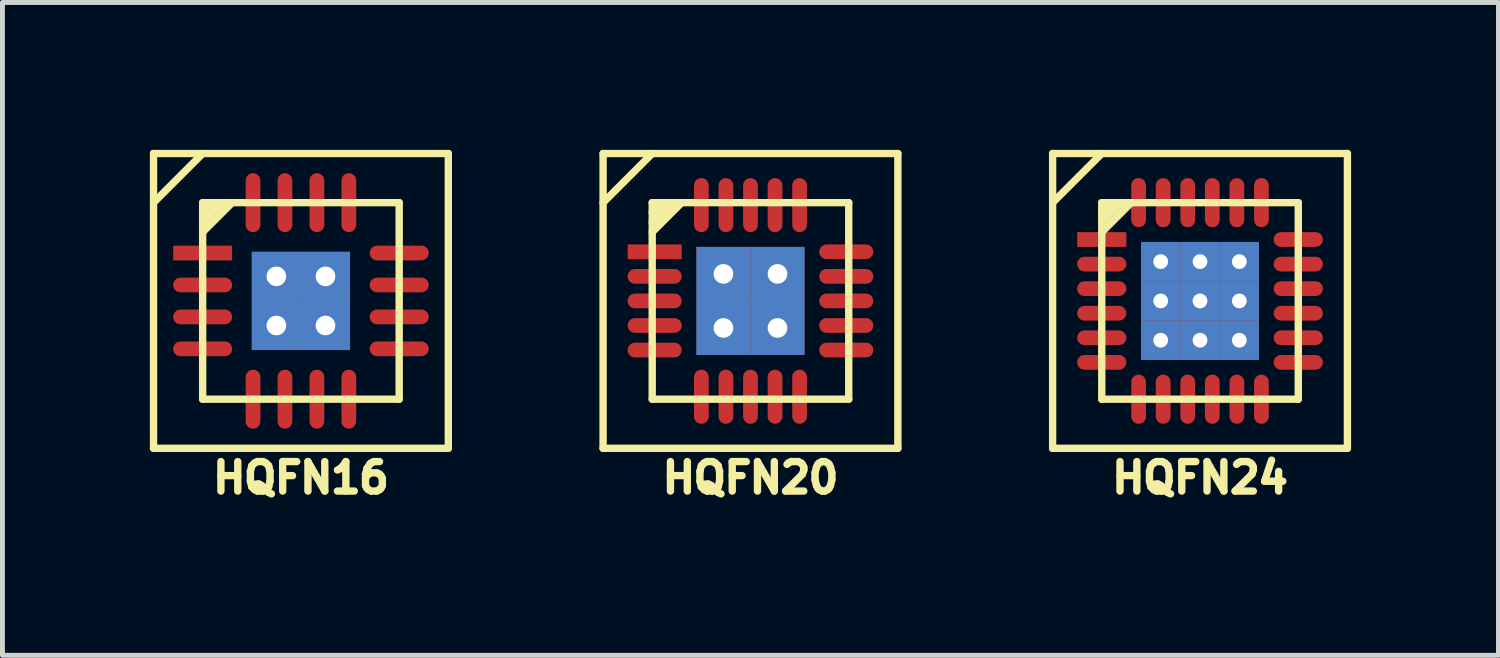
<source format=kicad_pcb>
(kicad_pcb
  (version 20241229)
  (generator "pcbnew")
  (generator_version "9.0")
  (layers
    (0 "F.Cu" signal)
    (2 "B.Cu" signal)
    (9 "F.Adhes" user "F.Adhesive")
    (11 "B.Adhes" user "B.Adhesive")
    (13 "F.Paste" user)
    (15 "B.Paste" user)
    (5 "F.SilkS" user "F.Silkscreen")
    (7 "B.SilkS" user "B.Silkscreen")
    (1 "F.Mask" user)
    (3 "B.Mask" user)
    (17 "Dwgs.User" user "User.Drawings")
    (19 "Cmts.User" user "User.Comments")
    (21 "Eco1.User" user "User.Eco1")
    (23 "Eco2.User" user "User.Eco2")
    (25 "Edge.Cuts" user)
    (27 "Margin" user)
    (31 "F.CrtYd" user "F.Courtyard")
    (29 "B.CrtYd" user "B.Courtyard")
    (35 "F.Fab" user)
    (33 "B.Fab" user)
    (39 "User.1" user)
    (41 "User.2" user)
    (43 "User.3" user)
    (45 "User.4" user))
  (footprint "HQFN24"
    (layer "F.Cu")
    (at 21.375 3.075)
    (property "Reference" "HQFN24" (at 0 3.6 0) (layer "F.SilkS") (effects (font (size 0.6 0.6) (thickness 0.15))))
    (attr through_hole)
    (fp_line (start -3 -3) (end 3 -3) (stroke (width 0.15) (type solid)) (layer "F.SilkS"))
    (fp_line (start -3 -2) (end -2 -3) (stroke (width 0.15) (type solid)) (layer "F.SilkS"))
    (fp_line (start -3 3) (end -3 -3) (stroke (width 0.15) (type solid)) (layer "F.SilkS"))
    (fp_line (start -2 -2) (end -2 2) (stroke (width 0.15) (type solid)) (layer "F.SilkS"))
    (fp_line (start -2 -1.6) (end -1.6 -2) (stroke (width 0.15) (type solid)) (layer "F.SilkS"))
    (fp_line (start -2 2) (end 2 2) (stroke (width 0.15) (type solid)) (layer "F.SilkS"))
    (fp_line (start -1.8 -2) (end -2 -1.8) (stroke (width 0.15) (type solid)) (layer "F.SilkS"))
    (fp_line (start -1.4 -2) (end -2 -1.4) (stroke (width 0.15) (type solid)) (layer "F.SilkS"))
    (fp_line (start 2 -2) (end -2 -2) (stroke (width 0.15) (type solid)) (layer "F.SilkS"))
    (fp_line (start 2 2) (end 2 -2) (stroke (width 0.15) (type solid)) (layer "F.SilkS"))
    (fp_line (start 3 -3) (end 3 3) (stroke (width 0.15) (type solid)) (layer "F.SilkS"))
    (fp_line (start 3 3) (end -3 3) (stroke (width 0.15) (type solid)) (layer "F.SilkS"))
    (pad "1" smd rect (at -2 -1.25) (size 1 0.3) (layers "F.Cu" "F.Mask" "F.Paste"))
    (pad "2" smd oval (at -2 -0.75) (size 1 0.3) (layers "F.Cu" "F.Mask" "F.Paste"))
    (pad "3" smd oval (at -2 -0.25) (size 1 0.3) (layers "F.Cu" "F.Mask" "F.Paste"))
    (pad "4" smd oval (at -2 0.25) (size 1 0.3) (layers "F.Cu" "F.Mask" "F.Paste"))
    (pad "5" smd oval (at -2 0.75) (size 1 0.3) (layers "F.Cu" "F.Mask" "F.Paste"))
    (pad "6" smd oval (at -2 1.25) (size 1 0.3) (layers "F.Cu" "F.Mask" "F.Paste"))
    (pad "7" smd oval (at -1.25 2 90) (size 1 0.3) (layers "F.Cu" "F.Mask" "F.Paste"))
    (pad "8" smd oval (at -0.75 2 90) (size 1 0.3) (layers "F.Cu" "F.Mask" "F.Paste"))
    (pad "9" smd oval (at -0.25 2 90) (size 1 0.3) (layers "F.Cu" "F.Mask" "F.Paste"))
    (pad "10" smd oval (at 0.25 2 90) (size 1 0.3) (layers "F.Cu" "F.Mask" "F.Paste"))
    (pad "11" smd oval (at 0.75 2 90) (size 1 0.3) (layers "F.Cu" "F.Mask" "F.Paste"))
    (pad "12" smd oval (at 1.25 2 90) (size 1 0.3) (layers "F.Cu" "F.Mask" "F.Paste"))
    (pad "13" smd oval (at 2 1.25) (size 1 0.3) (layers "F.Cu" "F.Mask" "F.Paste"))
    (pad "14" smd oval (at 2 0.75) (size 1 0.3) (layers "F.Cu" "F.Mask" "F.Paste"))
    (pad "15" smd oval (at 2 0.25) (size 1 0.3) (layers "F.Cu" "F.Mask" "F.Paste"))
    (pad "16" smd oval (at 2 -0.25) (size 1 0.3) (layers "F.Cu" "F.Mask" "F.Paste"))
    (pad "17" smd oval (at 2 -0.75) (size 1 0.3) (layers "F.Cu" "F.Mask" "F.Paste"))
    (pad "18" smd oval (at 2 -1.25) (size 1 0.3) (layers "F.Cu" "F.Mask" "F.Paste"))
    (pad "19" smd oval (at 1.25 -2 90) (size 1 0.3) (layers "F.Cu" "F.Mask" "F.Paste"))
    (pad "20" smd oval (at 0.75 -2 90) (size 1 0.3) (layers "F.Cu" "F.Mask" "F.Paste"))
    (pad "21" smd oval (at 0.25 -2 90) (size 1 0.3) (layers "F.Cu" "F.Mask" "F.Paste"))
    (pad "22" smd oval (at -0.25 -2 90) (size 1 0.3) (layers "F.Cu" "F.Mask" "F.Paste"))
    (pad "23" smd oval (at -0.75 -2 90) (size 1 0.3) (layers "F.Cu" "F.Mask" "F.Paste"))
    (pad "24" smd oval (at -1.25 -2 90) (size 1 0.3) (layers "F.Cu" "F.Mask" "F.Paste"))
    (pad "PAD" thru_hole rect (at -0.8 -0.8) (size 0.8 0.8) (drill 0.3) (layers "*.Cu" "*.Mask" "F.Paste"))
    (pad "PAD" thru_hole rect (at -0.8 0) (size 0.8 0.8) (drill 0.3) (layers "*.Cu" "*.Mask" "F.Paste"))
    (pad "PAD" thru_hole rect (at -0.8 0.8) (size 0.8 0.8) (drill 0.3) (layers "*.Cu" "*.Mask" "F.Paste"))
    (pad "PAD" thru_hole rect (at 0 -0.8) (size 0.8 0.8) (drill 0.3) (layers "*.Cu" "*.Mask" "F.Paste"))
    (pad "PAD" thru_hole rect (at 0 0) (size 0.8 0.8) (drill 0.3) (layers "*.Cu" "*.Mask" "F.Paste"))
    (pad "PAD" thru_hole rect (at 0 0.8) (size 0.8 0.8) (drill 0.3) (layers "*.Cu" "*.Mask" "F.Paste"))
    (pad "PAD" thru_hole rect (at 0.8 -0.8) (size 0.8 0.8) (drill 0.3) (layers "*.Cu" "*.Mask" "F.Paste"))
    (pad "PAD" thru_hole rect (at 0.8 0) (size 0.8 0.8) (drill 0.3) (layers "*.Cu" "*.Mask" "F.Paste"))
    (pad "PAD" thru_hole rect (at 0.8 0.8) (size 0.8 0.8) (drill 0.3) (layers "*.Cu" "*.Mask" "F.Paste")))
  (footprint "HQFN16"
    (layer "F.Cu")
    (at 3.075 3.075)
    (property "Reference" "HQFN16" (at 0 3.6 0) (layer "F.SilkS") (effects (font (size 0.6 0.6) (thickness 0.15))))
    (attr smd)
    (fp_line (start -3 -3) (end -3 -3) (stroke (width 0.15) (type solid)) (layer "F.SilkS"))
    (fp_line (start -3 -3) (end 3 -3) (stroke (width 0.15) (type solid)) (layer "F.SilkS"))
    (fp_line (start -3 3) (end -3 -3) (stroke (width 0.15) (type solid)) (layer "F.SilkS"))
    (fp_line (start -2 -3) (end -3 -2) (stroke (width 0.15) (type solid)) (layer "F.SilkS"))
    (fp_line (start -2 -2) (end 2 -2) (stroke (width 0.15) (type solid)) (layer "F.SilkS"))
    (fp_line (start -2 -1.8) (end -1.8 -2) (stroke (width 0.15) (type solid)) (layer "F.SilkS"))
    (fp_line (start -2 -1.6) (end -1.6 -2) (stroke (width 0.15) (type solid)) (layer "F.SilkS"))
    (fp_line (start -2 2) (end -2 -2) (stroke (width 0.15) (type solid)) (layer "F.SilkS"))
    (fp_line (start -1.4 -2) (end -2 -1.4) (stroke (width 0.15) (type solid)) (layer "F.SilkS"))
    (fp_line (start 2 -2) (end 2 2) (stroke (width 0.15) (type solid)) (layer "F.SilkS"))
    (fp_line (start 2 2) (end -2 2) (stroke (width 0.15) (type solid)) (layer "F.SilkS"))
    (fp_line (start 3 -3) (end 3 3) (stroke (width 0.15) (type solid)) (layer "F.SilkS"))
    (fp_line (start 3 3) (end -3 3) (stroke (width 0.15) (type solid)) (layer "F.SilkS"))
    (pad "1" smd rect (at -2 -0.975) (size 1.2 0.3) (layers "F.Cu" "F.Mask" "F.Paste"))
    (pad "2" smd oval (at -2 -0.325) (size 1.2 0.3) (layers "F.Cu" "F.Mask" "F.Paste"))
    (pad "3" smd oval (at -2 0.325) (size 1.2 0.3) (layers "F.Cu" "F.Mask" "F.Paste"))
    (pad "4" smd oval (at -2 0.975) (size 1.2 0.3) (layers "F.Cu" "F.Mask" "F.Paste"))
    (pad "5" smd oval (at -0.975 2 270) (size 1.2 0.3) (layers "F.Cu" "F.Mask" "F.Paste"))
    (pad "6" smd oval (at -0.325 2 270) (size 1.2 0.3) (layers "F.Cu" "F.Mask" "F.Paste"))
    (pad "7" smd oval (at 0.325 2 270) (size 1.2 0.3) (layers "F.Cu" "F.Mask" "F.Paste"))
    (pad "8" smd oval (at 0.975 2 270) (size 1.2 0.3) (layers "F.Cu" "F.Mask" "F.Paste"))
    (pad "9" smd oval (at 2 0.975) (size 1.2 0.3) (layers "F.Cu" "F.Mask" "F.Paste"))
    (pad "10" smd oval (at 2 0.325) (size 1.2 0.3) (layers "F.Cu" "F.Mask" "F.Paste"))
    (pad "11" smd oval (at 2 -0.325) (size 1.2 0.3) (layers "F.Cu" "F.Mask" "F.Paste"))
    (pad "12" smd oval (at 2 -0.975) (size 1.2 0.3) (layers "F.Cu" "F.Mask" "F.Paste"))
    (pad "13" smd oval (at 0.975 -2 270) (size 1.2 0.3) (layers "F.Cu" "F.Mask" "F.Paste"))
    (pad "14" smd oval (at 0.325 -2 270) (size 1.2 0.3) (layers "F.Cu" "F.Mask" "F.Paste"))
    (pad "15" smd oval (at -0.325 -2 270) (size 1.2 0.3) (layers "F.Cu" "F.Mask" "F.Paste"))
    (pad "16" smd oval (at -0.975 -2 270) (size 1.2 0.3) (layers "F.Cu" "F.Mask" "F.Paste"))
    (pad "PAD" thru_hole rect (at -0.5 -0.5) (size 1 1) (drill 0.4) (layers "*.Cu" "*.Mask" "F.Paste"))
    (pad "PAD" thru_hole rect (at -0.5 0.5) (size 1 1) (drill 0.4) (layers "*.Cu" "*.Mask" "F.Paste"))
    (pad "PAD" thru_hole rect (at 0.5 -0.5) (size 1 1) (drill 0.4) (layers "*.Cu" "*.Mask" "F.Paste"))
    (pad "PAD" thru_hole rect (at 0.5 0.5) (size 1 1) (drill 0.4) (layers "*.Cu" "*.Mask" "F.Paste")))
  (footprint "HQFN20"
    (layer "F.Cu")
    (at 12.225 3.075)
    (property "Reference" "HQFN20" (at 0 3.6 0) (layer "F.SilkS") (effects (font (size 0.6 0.6) (thickness 0.15))))
    (attr smd)
    (fp_line (start -3 -3) (end -3 3) (stroke (width 0.15) (type solid)) (layer "F.SilkS"))
    (fp_line (start -3 -2) (end -2 -3) (stroke (width 0.15) (type solid)) (layer "F.SilkS"))
    (fp_line (start -3 3) (end 3 3) (stroke (width 0.15) (type solid)) (layer "F.SilkS"))
    (fp_line (start -2 -2) (end -2 2) (stroke (width 0.15) (type solid)) (layer "F.SilkS"))
    (fp_line (start -2 2) (end 2 2) (stroke (width 0.15) (type solid)) (layer "F.SilkS"))
    (fp_line (start -1.8 -2) (end -2 -1.8) (stroke (width 0.15) (type solid)) (layer "F.SilkS"))
    (fp_line (start -1.6 -2) (end -2 -1.6) (stroke (width 0.15) (type solid)) (layer "F.SilkS"))
    (fp_line (start -1.4 -2) (end -2 -1.4) (stroke (width 0.15) (type solid)) (layer "F.SilkS"))
    (fp_line (start 2 -2) (end -2 -2) (stroke (width 0.15) (type solid)) (layer "F.SilkS"))
    (fp_line (start 2 2) (end 2 -2) (stroke (width 0.15) (type solid)) (layer "F.SilkS"))
    (fp_line (start 3 -3) (end -3 -3) (stroke (width 0.15) (type solid)) (layer "F.SilkS"))
    (fp_line (start 3 3) (end 3 -3) (stroke (width 0.15) (type solid)) (layer "F.SilkS"))
    (pad "1" smd rect (at -1.95 -1) (size 1.1 0.3) (layers "F.Cu" "F.Mask" "F.Paste"))
    (pad "2" smd oval (at -1.95 -0.5) (size 1.1 0.3) (layers "F.Cu" "F.Mask" "F.Paste"))
    (pad "3" smd oval (at -1.95 0) (size 1.1 0.3) (layers "F.Cu" "F.Mask" "F.Paste"))
    (pad "4" smd oval (at -1.95 0.5) (size 1.1 0.3) (layers "F.Cu" "F.Mask" "F.Paste"))
    (pad "5" smd oval (at -1.95 1) (size 1.1 0.3) (layers "F.Cu" "F.Mask" "F.Paste"))
    (pad "6" smd oval (at -1 1.95 90) (size 1.1 0.3) (layers "F.Cu" "F.Mask" "F.Paste"))
    (pad "7" smd oval (at -0.5 1.95 90) (size 1.1 0.3) (layers "F.Cu" "F.Mask" "F.Paste"))
    (pad "8" smd oval (at 0 1.95 90) (size 1.1 0.3) (layers "F.Cu" "F.Mask" "F.Paste"))
    (pad "9" smd oval (at 0.5 1.95 90) (size 1.1 0.3) (layers "F.Cu" "F.Mask" "F.Paste"))
    (pad "10" smd oval (at 1 1.95 90) (size 1.1 0.3) (layers "F.Cu" "F.Mask" "F.Paste"))
    (pad "11" smd oval (at 1.95 1) (size 1.1 0.3) (layers "F.Cu" "F.Mask" "F.Paste"))
    (pad "12" smd oval (at 1.95 0.5) (size 1.1 0.3) (layers "F.Cu" "F.Mask" "F.Paste"))
    (pad "13" smd oval (at 1.95 0) (size 1.1 0.3) (layers "F.Cu" "F.Mask" "F.Paste"))
    (pad "14" smd oval (at 1.95 -0.5) (size 1.1 0.3) (layers "F.Cu" "F.Mask" "F.Paste"))
    (pad "15" smd oval (at 1.95 -1) (size 1.1 0.3) (layers "F.Cu" "F.Mask" "F.Paste"))
    (pad "16" smd oval (at 1 -1.95 90) (size 1.1 0.3) (layers "F.Cu" "F.Mask" "F.Paste"))
    (pad "17" smd oval (at 0.5 -1.95 90) (size 1.1 0.3) (layers "F.Cu" "F.Mask" "F.Paste"))
    (pad "18" smd oval (at 0 -1.95 90) (size 1.1 0.3) (layers "F.Cu" "F.Mask" "F.Paste"))
    (pad "19" smd oval (at -0.5 -1.95 90) (size 1.1 0.3) (layers "F.Cu" "F.Mask" "F.Paste"))
    (pad "20" smd oval (at -1 -1.95 90) (size 1.1 0.3) (layers "F.Cu" "F.Mask" "F.Paste"))
    (pad "PAD" thru_hole rect (at -0.55 -0.55) (size 1.1 1.1) (drill 0.4) (layers "*.Cu" "*.Mask" "F.Paste"))
    (pad "PAD" thru_hole rect (at -0.55 0.55) (size 1.1 1.1) (drill 0.4) (layers "*.Cu" "*.Mask" "F.Paste"))
    (pad "PAD" thru_hole rect (at 0.55 -0.55) (size 1.1 1.1) (drill 0.4) (layers "*.Cu" "*.Mask" "F.Paste"))
    (pad "PAD" thru_hole rect (at 0.55 0.55) (size 1.1 1.1) (drill 0.4) (layers "*.Cu" "*.Mask" "F.Paste")))
  (gr_rect
    (start -3 -3)
    (end 27.45 10.289)
    (stroke (width 0.1) (type default))
    (fill no)
    (layer "Edge.Cuts")))
</source>
